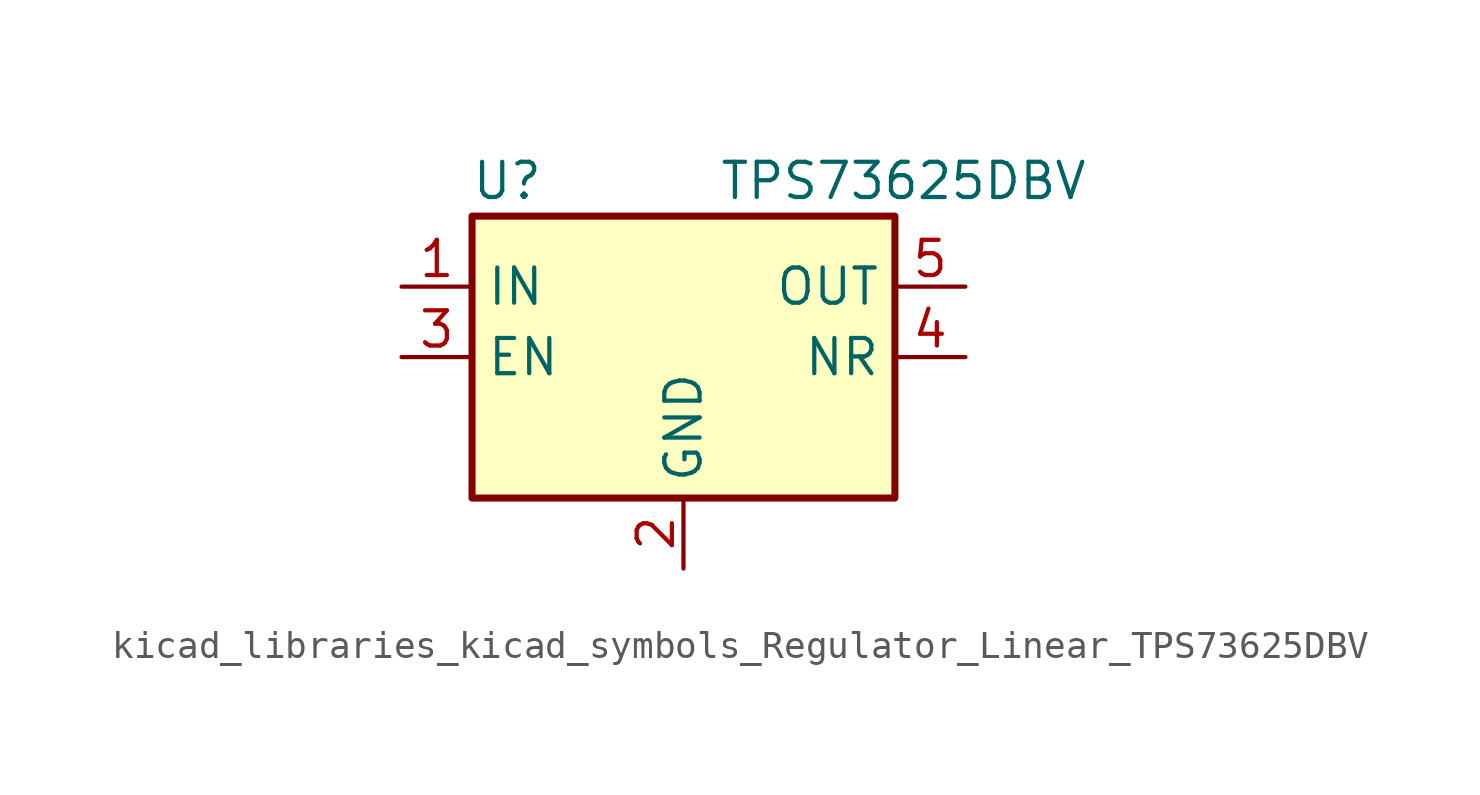
<source format=kicad_sym>
(kicad_symbol_lib
  (version 20220914)
  (generator kicad_symbol_editor)
  (symbol "kicad_libraries_kicad_symbols_Regulator_Linear_TPS73625DBV"
    (property "Reference" "U"
      (at -6.35 6.35 0)
      (effects (font (size 1.27 1.27))))
    (property "Value" "TPS73625DBV"
      (at 1.27 6.35 0)
      (effects (font (size 1.27 1.27)) (justify left)))
    (symbol "kicad_libraries_kicad_symbols_Regulator_Linear_TPS73625DBV_0_1"
      (rectangle (start -7.62 -5.08) (end 7.62 5.08) (stroke (width 0.254) (type default)) (fill (type background))))
    (symbol "kicad_libraries_kicad_symbols_Regulator_Linear_TPS73625DBV_1_1"
      (pin power_in line (at -10.16 2.54 0) (length 2.54) (name "IN" (effects (font (size 1.27 1.27)))) (number "1" (effects (font (size 1.27 1.27)))))
      (pin power_in line (at 0 -7.62 90) (length 2.54) (name "GND" (effects (font (size 1.27 1.27)))) (number "2" (effects (font (size 1.27 1.27)))))
      (pin input line (at -10.16 0 0) (length 2.54) (name "EN" (effects (font (size 1.27 1.27)))) (number "3" (effects (font (size 1.27 1.27)))))
      (pin passive line (at 10.16 0 180) (length 2.54) (name "NR" (effects (font (size 1.27 1.27)))) (number "4" (effects (font (size 1.27 1.27)))))
      (pin power_out line (at 10.16 2.54 180) (length 2.54) (name "OUT" (effects (font (size 1.27 1.27)))) (number "5" (effects (font (size 1.27 1.27))))))))
</source>
